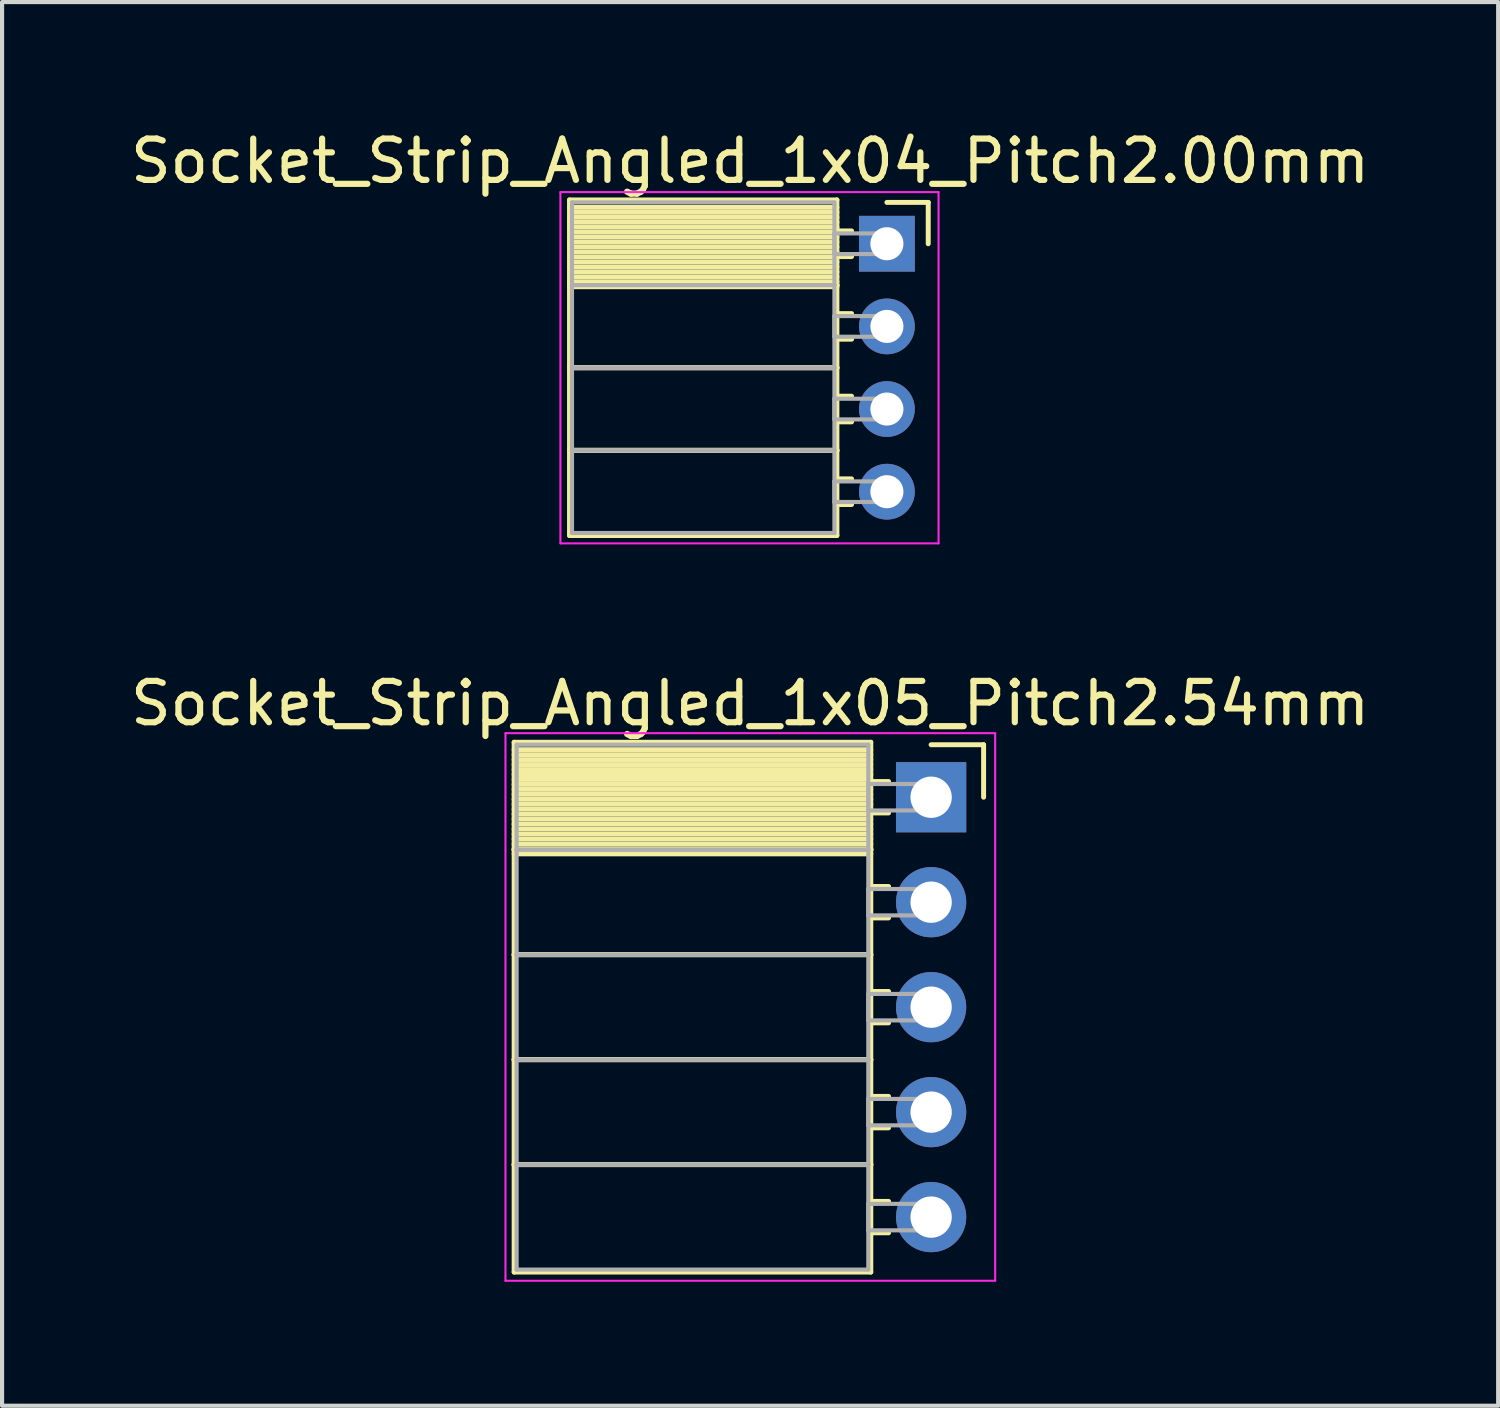
<source format=kicad_pcb>
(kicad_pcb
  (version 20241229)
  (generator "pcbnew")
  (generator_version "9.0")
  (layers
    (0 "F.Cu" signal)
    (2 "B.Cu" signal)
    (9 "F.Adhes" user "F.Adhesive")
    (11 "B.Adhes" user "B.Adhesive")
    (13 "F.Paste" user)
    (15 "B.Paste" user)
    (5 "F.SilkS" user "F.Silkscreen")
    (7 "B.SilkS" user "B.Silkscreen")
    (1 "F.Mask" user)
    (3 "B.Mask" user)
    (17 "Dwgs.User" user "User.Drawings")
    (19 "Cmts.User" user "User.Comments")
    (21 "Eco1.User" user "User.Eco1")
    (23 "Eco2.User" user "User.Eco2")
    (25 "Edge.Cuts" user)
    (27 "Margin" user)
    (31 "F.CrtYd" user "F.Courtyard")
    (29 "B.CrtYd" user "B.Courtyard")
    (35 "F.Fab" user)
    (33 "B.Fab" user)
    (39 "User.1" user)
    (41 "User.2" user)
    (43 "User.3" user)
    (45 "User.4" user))
  (footprint "Socket_Strip_Angled_1x05_Pitch2.54mm"
    (layer "F.Cu")
    (at 19.481 16.241)
    (property "Reference" "Socket_Strip_Angled_1x05_Pitch2.54mm" (at -4.38 -2.27 0) (layer "F.SilkS") (effects (font (size 1 1) (thickness 0.15))))
    (attr through_hole)
    (fp_line (start -10.09 -1.33) (end -1.46 -1.33) (stroke (width 0.12) (type solid)) (layer "F.SilkS"))
    (fp_line (start -10.09 1.27) (end -10.09 -1.33) (stroke (width 0.12) (type solid)) (layer "F.SilkS"))
    (fp_line (start -10.09 1.27) (end -1.46 1.27) (stroke (width 0.12) (type solid)) (layer "F.SilkS"))
    (fp_line (start -10.09 3.81) (end -10.09 1.27) (stroke (width 0.12) (type solid)) (layer "F.SilkS"))
    (fp_line (start -10.09 3.81) (end -1.46 3.81) (stroke (width 0.12) (type solid)) (layer "F.SilkS"))
    (fp_line (start -10.09 6.35) (end -10.09 3.81) (stroke (width 0.12) (type solid)) (layer "F.SilkS"))
    (fp_line (start -10.09 6.35) (end -1.46 6.35) (stroke (width 0.12) (type solid)) (layer "F.SilkS"))
    (fp_line (start -10.09 8.89) (end -10.09 6.35) (stroke (width 0.12) (type solid)) (layer "F.SilkS"))
    (fp_line (start -10.09 8.89) (end -1.46 8.89) (stroke (width 0.12) (type solid)) (layer "F.SilkS"))
    (fp_line (start -10.09 11.49) (end -10.09 8.89) (stroke (width 0.12) (type solid)) (layer "F.SilkS"))
    (fp_line (start -1.46 -1.33) (end -1.46 1.27) (stroke (width 0.12) (type solid)) (layer "F.SilkS"))
    (fp_line (start -1.46 -1.15) (end -10.09 -1.15) (stroke (width 0.12) (type solid)) (layer "F.SilkS"))
    (fp_line (start -1.46 -1.03) (end -10.09 -1.03) (stroke (width 0.12) (type solid)) (layer "F.SilkS"))
    (fp_line (start -1.46 -0.91) (end -10.09 -0.91) (stroke (width 0.12) (type solid)) (layer "F.SilkS"))
    (fp_line (start -1.46 -0.79) (end -10.09 -0.79) (stroke (width 0.12) (type solid)) (layer "F.SilkS"))
    (fp_line (start -1.46 -0.67) (end -10.09 -0.67) (stroke (width 0.12) (type solid)) (layer "F.SilkS"))
    (fp_line (start -1.46 -0.55) (end -10.09 -0.55) (stroke (width 0.12) (type solid)) (layer "F.SilkS"))
    (fp_line (start -1.46 -0.43) (end -10.09 -0.43) (stroke (width 0.12) (type solid)) (layer "F.SilkS"))
    (fp_line (start -1.46 -0.31) (end -10.09 -0.31) (stroke (width 0.12) (type solid)) (layer "F.SilkS"))
    (fp_line (start -1.46 -0.19) (end -10.09 -0.19) (stroke (width 0.12) (type solid)) (layer "F.SilkS"))
    (fp_line (start -1.46 -0.07) (end -10.09 -0.07) (stroke (width 0.12) (type solid)) (layer "F.SilkS"))
    (fp_line (start -1.46 0.05) (end -10.09 0.05) (stroke (width 0.12) (type solid)) (layer "F.SilkS"))
    (fp_line (start -1.46 0.17) (end -10.09 0.17) (stroke (width 0.12) (type solid)) (layer "F.SilkS"))
    (fp_line (start -1.46 0.29) (end -10.09 0.29) (stroke (width 0.12) (type solid)) (layer "F.SilkS"))
    (fp_line (start -1.46 0.41) (end -10.09 0.41) (stroke (width 0.12) (type solid)) (layer "F.SilkS"))
    (fp_line (start -1.46 0.53) (end -10.09 0.53) (stroke (width 0.12) (type solid)) (layer "F.SilkS"))
    (fp_line (start -1.46 0.65) (end -10.09 0.65) (stroke (width 0.12) (type solid)) (layer "F.SilkS"))
    (fp_line (start -1.46 0.77) (end -10.09 0.77) (stroke (width 0.12) (type solid)) (layer "F.SilkS"))
    (fp_line (start -1.46 0.89) (end -10.09 0.89) (stroke (width 0.12) (type solid)) (layer "F.SilkS"))
    (fp_line (start -1.46 1.01) (end -10.09 1.01) (stroke (width 0.12) (type solid)) (layer "F.SilkS"))
    (fp_line (start -1.46 1.13) (end -10.09 1.13) (stroke (width 0.12) (type solid)) (layer "F.SilkS"))
    (fp_line (start -1.46 1.25) (end -10.09 1.25) (stroke (width 0.12) (type solid)) (layer "F.SilkS"))
    (fp_line (start -1.46 1.27) (end -10.09 1.27) (stroke (width 0.12) (type solid)) (layer "F.SilkS"))
    (fp_line (start -1.46 1.27) (end -1.46 3.81) (stroke (width 0.12) (type solid)) (layer "F.SilkS"))
    (fp_line (start -1.46 1.37) (end -10.09 1.37) (stroke (width 0.12) (type solid)) (layer "F.SilkS"))
    (fp_line (start -1.46 3.81) (end -10.09 3.81) (stroke (width 0.12) (type solid)) (layer "F.SilkS"))
    (fp_line (start -1.46 3.81) (end -1.46 6.35) (stroke (width 0.12) (type solid)) (layer "F.SilkS"))
    (fp_line (start -1.46 6.35) (end -10.09 6.35) (stroke (width 0.12) (type solid)) (layer "F.SilkS"))
    (fp_line (start -1.46 6.35) (end -1.46 8.89) (stroke (width 0.12) (type solid)) (layer "F.SilkS"))
    (fp_line (start -1.46 8.89) (end -10.09 8.89) (stroke (width 0.12) (type solid)) (layer "F.SilkS"))
    (fp_line (start -1.46 8.89) (end -1.46 11.49) (stroke (width 0.12) (type solid)) (layer "F.SilkS"))
    (fp_line (start -1.46 11.49) (end -10.09 11.49) (stroke (width 0.12) (type solid)) (layer "F.SilkS"))
    (fp_line (start -1.03 -0.38) (end -1.46 -0.38) (stroke (width 0.12) (type solid)) (layer "F.SilkS"))
    (fp_line (start -1.03 0.38) (end -1.46 0.38) (stroke (width 0.12) (type solid)) (layer "F.SilkS"))
    (fp_line (start -1.03 2.16) (end -1.46 2.16) (stroke (width 0.12) (type solid)) (layer "F.SilkS"))
    (fp_line (start -1.03 2.92) (end -1.46 2.92) (stroke (width 0.12) (type solid)) (layer "F.SilkS"))
    (fp_line (start -1.03 4.7) (end -1.46 4.7) (stroke (width 0.12) (type solid)) (layer "F.SilkS"))
    (fp_line (start -1.03 5.46) (end -1.46 5.46) (stroke (width 0.12) (type solid)) (layer "F.SilkS"))
    (fp_line (start -1.03 7.24) (end -1.46 7.24) (stroke (width 0.12) (type solid)) (layer "F.SilkS"))
    (fp_line (start -1.03 8) (end -1.46 8) (stroke (width 0.12) (type solid)) (layer "F.SilkS"))
    (fp_line (start -1.03 9.78) (end -1.46 9.78) (stroke (width 0.12) (type solid)) (layer "F.SilkS"))
    (fp_line (start -1.03 10.54) (end -1.46 10.54) (stroke (width 0.12) (type solid)) (layer "F.SilkS"))
    (fp_line (start 0 -1.27) (end 1.27 -1.27) (stroke (width 0.12) (type solid)) (layer "F.SilkS"))
    (fp_line (start 1.27 -1.27) (end 1.27 0) (stroke (width 0.12) (type solid)) (layer "F.SilkS"))
    (fp_line (start -10.3 -1.55) (end 1.55 -1.55) (stroke (width 0.05) (type solid)) (layer "F.CrtYd"))
    (fp_line (start -10.3 11.7) (end -10.3 -1.55) (stroke (width 0.05) (type solid)) (layer "F.CrtYd"))
    (fp_line (start 1.55 -1.55) (end 1.55 11.7) (stroke (width 0.05) (type solid)) (layer "F.CrtYd"))
    (fp_line (start 1.55 11.7) (end -10.3 11.7) (stroke (width 0.05) (type solid)) (layer "F.CrtYd"))
    (fp_line (start -10.03 -1.27) (end -1.52 -1.27) (stroke (width 0.1) (type solid)) (layer "F.Fab"))
    (fp_line (start -10.03 1.27) (end -10.03 -1.27) (stroke (width 0.1) (type solid)) (layer "F.Fab"))
    (fp_line (start -10.03 1.27) (end -1.52 1.27) (stroke (width 0.1) (type solid)) (layer "F.Fab"))
    (fp_line (start -10.03 3.81) (end -10.03 1.27) (stroke (width 0.1) (type solid)) (layer "F.Fab"))
    (fp_line (start -10.03 3.81) (end -1.52 3.81) (stroke (width 0.1) (type solid)) (layer "F.Fab"))
    (fp_line (start -10.03 6.35) (end -10.03 3.81) (stroke (width 0.1) (type solid)) (layer "F.Fab"))
    (fp_line (start -10.03 6.35) (end -1.52 6.35) (stroke (width 0.1) (type solid)) (layer "F.Fab"))
    (fp_line (start -10.03 8.89) (end -10.03 6.35) (stroke (width 0.1) (type solid)) (layer "F.Fab"))
    (fp_line (start -10.03 8.89) (end -1.52 8.89) (stroke (width 0.1) (type solid)) (layer "F.Fab"))
    (fp_line (start -10.03 11.43) (end -10.03 8.89) (stroke (width 0.1) (type solid)) (layer "F.Fab"))
    (fp_line (start -1.52 -1.27) (end -1.52 1.27) (stroke (width 0.1) (type solid)) (layer "F.Fab"))
    (fp_line (start -1.52 -0.32) (end 0 -0.32) (stroke (width 0.1) (type solid)) (layer "F.Fab"))
    (fp_line (start -1.52 0.32) (end -1.52 -0.32) (stroke (width 0.1) (type solid)) (layer "F.Fab"))
    (fp_line (start -1.52 1.27) (end -10.03 1.27) (stroke (width 0.1) (type solid)) (layer "F.Fab"))
    (fp_line (start -1.52 1.27) (end -1.52 3.81) (stroke (width 0.1) (type solid)) (layer "F.Fab"))
    (fp_line (start -1.52 2.22) (end 0 2.22) (stroke (width 0.1) (type solid)) (layer "F.Fab"))
    (fp_line (start -1.52 2.86) (end -1.52 2.22) (stroke (width 0.1) (type solid)) (layer "F.Fab"))
    (fp_line (start -1.52 3.81) (end -10.03 3.81) (stroke (width 0.1) (type solid)) (layer "F.Fab"))
    (fp_line (start -1.52 3.81) (end -1.52 6.35) (stroke (width 0.1) (type solid)) (layer "F.Fab"))
    (fp_line (start -1.52 4.76) (end 0 4.76) (stroke (width 0.1) (type solid)) (layer "F.Fab"))
    (fp_line (start -1.52 5.4) (end -1.52 4.76) (stroke (width 0.1) (type solid)) (layer "F.Fab"))
    (fp_line (start -1.52 6.35) (end -10.03 6.35) (stroke (width 0.1) (type solid)) (layer "F.Fab"))
    (fp_line (start -1.52 6.35) (end -1.52 8.89) (stroke (width 0.1) (type solid)) (layer "F.Fab"))
    (fp_line (start -1.52 7.3) (end 0 7.3) (stroke (width 0.1) (type solid)) (layer "F.Fab"))
    (fp_line (start -1.52 7.94) (end -1.52 7.3) (stroke (width 0.1) (type solid)) (layer "F.Fab"))
    (fp_line (start -1.52 8.89) (end -10.03 8.89) (stroke (width 0.1) (type solid)) (layer "F.Fab"))
    (fp_line (start -1.52 8.89) (end -1.52 11.43) (stroke (width 0.1) (type solid)) (layer "F.Fab"))
    (fp_line (start -1.52 9.84) (end 0 9.84) (stroke (width 0.1) (type solid)) (layer "F.Fab"))
    (fp_line (start -1.52 10.48) (end -1.52 9.84) (stroke (width 0.1) (type solid)) (layer "F.Fab"))
    (fp_line (start -1.52 11.43) (end -10.03 11.43) (stroke (width 0.1) (type solid)) (layer "F.Fab"))
    (fp_line (start 0 -0.32) (end 0 0.32) (stroke (width 0.1) (type solid)) (layer "F.Fab"))
    (fp_line (start 0 0.32) (end -1.52 0.32) (stroke (width 0.1) (type solid)) (layer "F.Fab"))
    (fp_line (start 0 2.22) (end 0 2.86) (stroke (width 0.1) (type solid)) (layer "F.Fab"))
    (fp_line (start 0 2.86) (end -1.52 2.86) (stroke (width 0.1) (type solid)) (layer "F.Fab"))
    (fp_line (start 0 4.76) (end 0 5.4) (stroke (width 0.1) (type solid)) (layer "F.Fab"))
    (fp_line (start 0 5.4) (end -1.52 5.4) (stroke (width 0.1) (type solid)) (layer "F.Fab"))
    (fp_line (start 0 7.3) (end 0 7.94) (stroke (width 0.1) (type solid)) (layer "F.Fab"))
    (fp_line (start 0 7.94) (end -1.52 7.94) (stroke (width 0.1) (type solid)) (layer "F.Fab"))
    (fp_line (start 0 9.84) (end 0 10.48) (stroke (width 0.1) (type solid)) (layer "F.Fab"))
    (fp_line (start 0 10.48) (end -1.52 10.48) (stroke (width 0.1) (type solid)) (layer "F.Fab"))
    (pad "1" thru_hole rect (at 0 0) (size 1.7 1.7) (drill 1) (layers "*.Cu" "*.Mask"))
    (pad "2" thru_hole oval (at 0 2.54) (size 1.7 1.7) (drill 1) (layers "*.Cu" "*.Mask"))
    (pad "3" thru_hole oval (at 0 5.08) (size 1.7 1.7) (drill 1) (layers "*.Cu" "*.Mask"))
    (pad "4" thru_hole oval (at 0 7.62) (size 1.7 1.7) (drill 1) (layers "*.Cu" "*.Mask"))
    (pad "5" thru_hole oval (at 0 10.16) (size 1.7 1.7) (drill 1) (layers "*.Cu" "*.Mask")))
  (footprint "Socket_Strip_Angled_1x04_Pitch2.00mm"
    (layer "F.Cu")
    (at 18.411 2.848)
    (property "Reference" "Socket_Strip_Angled_1x04_Pitch2.00mm" (at -3.31 -2 0) (layer "F.SilkS") (effects (font (size 1 1) (thickness 0.15))))
    (attr through_hole)
    (fp_line (start -7.68 -1.06) (end -1.21 -1.06) (stroke (width 0.12) (type solid)) (layer "F.SilkS"))
    (fp_line (start -7.68 1) (end -7.68 -1.06) (stroke (width 0.12) (type solid)) (layer "F.SilkS"))
    (fp_line (start -7.68 1) (end -1.21 1) (stroke (width 0.12) (type solid)) (layer "F.SilkS"))
    (fp_line (start -7.68 3) (end -7.68 1) (stroke (width 0.12) (type solid)) (layer "F.SilkS"))
    (fp_line (start -7.68 3) (end -1.21 3) (stroke (width 0.12) (type solid)) (layer "F.SilkS"))
    (fp_line (start -7.68 5) (end -7.68 3) (stroke (width 0.12) (type solid)) (layer "F.SilkS"))
    (fp_line (start -7.68 5) (end -1.21 5) (stroke (width 0.12) (type solid)) (layer "F.SilkS"))
    (fp_line (start -7.68 7.06) (end -7.68 5) (stroke (width 0.12) (type solid)) (layer "F.SilkS"))
    (fp_line (start -1.21 -1.06) (end -1.21 1) (stroke (width 0.12) (type solid)) (layer "F.SilkS"))
    (fp_line (start -1.21 -0.88) (end -7.68 -0.88) (stroke (width 0.12) (type solid)) (layer "F.SilkS"))
    (fp_line (start -1.21 -0.76) (end -7.68 -0.76) (stroke (width 0.12) (type solid)) (layer "F.SilkS"))
    (fp_line (start -1.21 -0.64) (end -7.68 -0.64) (stroke (width 0.12) (type solid)) (layer "F.SilkS"))
    (fp_line (start -1.21 -0.52) (end -7.68 -0.52) (stroke (width 0.12) (type solid)) (layer "F.SilkS"))
    (fp_line (start -1.21 -0.4) (end -7.68 -0.4) (stroke (width 0.12) (type solid)) (layer "F.SilkS"))
    (fp_line (start -1.21 -0.28) (end -7.68 -0.28) (stroke (width 0.12) (type solid)) (layer "F.SilkS"))
    (fp_line (start -1.21 -0.16) (end -7.68 -0.16) (stroke (width 0.12) (type solid)) (layer "F.SilkS"))
    (fp_line (start -1.21 -0.04) (end -7.68 -0.04) (stroke (width 0.12) (type solid)) (layer "F.SilkS"))
    (fp_line (start -1.21 0.08) (end -7.68 0.08) (stroke (width 0.12) (type solid)) (layer "F.SilkS"))
    (fp_line (start -1.21 0.2) (end -7.68 0.2) (stroke (width 0.12) (type solid)) (layer "F.SilkS"))
    (fp_line (start -1.21 0.32) (end -7.68 0.32) (stroke (width 0.12) (type solid)) (layer "F.SilkS"))
    (fp_line (start -1.21 0.44) (end -7.68 0.44) (stroke (width 0.12) (type solid)) (layer "F.SilkS"))
    (fp_line (start -1.21 0.56) (end -7.68 0.56) (stroke (width 0.12) (type solid)) (layer "F.SilkS"))
    (fp_line (start -1.21 0.68) (end -7.68 0.68) (stroke (width 0.12) (type solid)) (layer "F.SilkS"))
    (fp_line (start -1.21 0.8) (end -7.68 0.8) (stroke (width 0.12) (type solid)) (layer "F.SilkS"))
    (fp_line (start -1.21 0.92) (end -7.68 0.92) (stroke (width 0.12) (type solid)) (layer "F.SilkS"))
    (fp_line (start -1.21 1) (end -7.68 1) (stroke (width 0.12) (type solid)) (layer "F.SilkS"))
    (fp_line (start -1.21 1) (end -1.21 3) (stroke (width 0.12) (type solid)) (layer "F.SilkS"))
    (fp_line (start -1.21 1.04) (end -7.68 1.04) (stroke (width 0.12) (type solid)) (layer "F.SilkS"))
    (fp_line (start -1.21 3) (end -7.68 3) (stroke (width 0.12) (type solid)) (layer "F.SilkS"))
    (fp_line (start -1.21 3) (end -1.21 5) (stroke (width 0.12) (type solid)) (layer "F.SilkS"))
    (fp_line (start -1.21 5) (end -7.68 5) (stroke (width 0.12) (type solid)) (layer "F.SilkS"))
    (fp_line (start -1.21 5) (end -1.21 7.06) (stroke (width 0.12) (type solid)) (layer "F.SilkS"))
    (fp_line (start -1.21 7.06) (end -7.68 7.06) (stroke (width 0.12) (type solid)) (layer "F.SilkS"))
    (fp_line (start -0.855 -0.31) (end -1.21 -0.31) (stroke (width 0.12) (type solid)) (layer "F.SilkS"))
    (fp_line (start -0.855 0.31) (end -1.21 0.31) (stroke (width 0.12) (type solid)) (layer "F.SilkS"))
    (fp_line (start -0.855 1.69) (end -1.21 1.69) (stroke (width 0.12) (type solid)) (layer "F.SilkS"))
    (fp_line (start -0.855 2.31) (end -1.21 2.31) (stroke (width 0.12) (type solid)) (layer "F.SilkS"))
    (fp_line (start -0.855 3.69) (end -1.21 3.69) (stroke (width 0.12) (type solid)) (layer "F.SilkS"))
    (fp_line (start -0.855 4.31) (end -1.21 4.31) (stroke (width 0.12) (type solid)) (layer "F.SilkS"))
    (fp_line (start -0.855 5.69) (end -1.21 5.69) (stroke (width 0.12) (type solid)) (layer "F.SilkS"))
    (fp_line (start -0.855 6.31) (end -1.21 6.31) (stroke (width 0.12) (type solid)) (layer "F.SilkS"))
    (fp_line (start 0 -1) (end 1 -1) (stroke (width 0.12) (type solid)) (layer "F.SilkS"))
    (fp_line (start 1 -1) (end 1 0) (stroke (width 0.12) (type solid)) (layer "F.SilkS"))
    (fp_line (start -7.9 -1.25) (end 1.25 -1.25) (stroke (width 0.05) (type solid)) (layer "F.CrtYd"))
    (fp_line (start -7.9 7.25) (end -7.9 -1.25) (stroke (width 0.05) (type solid)) (layer "F.CrtYd"))
    (fp_line (start 1.25 -1.25) (end 1.25 7.25) (stroke (width 0.05) (type solid)) (layer "F.CrtYd"))
    (fp_line (start 1.25 7.25) (end -7.9 7.25) (stroke (width 0.05) (type solid)) (layer "F.CrtYd"))
    (fp_line (start -7.62 -1) (end -1.27 -1) (stroke (width 0.1) (type solid)) (layer "F.Fab"))
    (fp_line (start -7.62 1) (end -7.62 -1) (stroke (width 0.1) (type solid)) (layer "F.Fab"))
    (fp_line (start -7.62 1) (end -1.27 1) (stroke (width 0.1) (type solid)) (layer "F.Fab"))
    (fp_line (start -7.62 3) (end -7.62 1) (stroke (width 0.1) (type solid)) (layer "F.Fab"))
    (fp_line (start -7.62 3) (end -1.27 3) (stroke (width 0.1) (type solid)) (layer "F.Fab"))
    (fp_line (start -7.62 5) (end -7.62 3) (stroke (width 0.1) (type solid)) (layer "F.Fab"))
    (fp_line (start -7.62 5) (end -1.27 5) (stroke (width 0.1) (type solid)) (layer "F.Fab"))
    (fp_line (start -7.62 7) (end -7.62 5) (stroke (width 0.1) (type solid)) (layer "F.Fab"))
    (fp_line (start -1.27 -1) (end -1.27 1) (stroke (width 0.1) (type solid)) (layer "F.Fab"))
    (fp_line (start -1.27 -0.25) (end 0 -0.25) (stroke (width 0.1) (type solid)) (layer "F.Fab"))
    (fp_line (start -1.27 0.25) (end -1.27 -0.25) (stroke (width 0.1) (type solid)) (layer "F.Fab"))
    (fp_line (start -1.27 1) (end -7.62 1) (stroke (width 0.1) (type solid)) (layer "F.Fab"))
    (fp_line (start -1.27 1) (end -1.27 3) (stroke (width 0.1) (type solid)) (layer "F.Fab"))
    (fp_line (start -1.27 1.75) (end 0 1.75) (stroke (width 0.1) (type solid)) (layer "F.Fab"))
    (fp_line (start -1.27 2.25) (end -1.27 1.75) (stroke (width 0.1) (type solid)) (layer "F.Fab"))
    (fp_line (start -1.27 3) (end -7.62 3) (stroke (width 0.1) (type solid)) (layer "F.Fab"))
    (fp_line (start -1.27 3) (end -1.27 5) (stroke (width 0.1) (type solid)) (layer "F.Fab"))
    (fp_line (start -1.27 3.75) (end 0 3.75) (stroke (width 0.1) (type solid)) (layer "F.Fab"))
    (fp_line (start -1.27 4.25) (end -1.27 3.75) (stroke (width 0.1) (type solid)) (layer "F.Fab"))
    (fp_line (start -1.27 5) (end -7.62 5) (stroke (width 0.1) (type solid)) (layer "F.Fab"))
    (fp_line (start -1.27 5) (end -1.27 7) (stroke (width 0.1) (type solid)) (layer "F.Fab"))
    (fp_line (start -1.27 5.75) (end 0 5.75) (stroke (width 0.1) (type solid)) (layer "F.Fab"))
    (fp_line (start -1.27 6.25) (end -1.27 5.75) (stroke (width 0.1) (type solid)) (layer "F.Fab"))
    (fp_line (start -1.27 7) (end -7.62 7) (stroke (width 0.1) (type solid)) (layer "F.Fab"))
    (fp_line (start 0 -0.25) (end 0 0.25) (stroke (width 0.1) (type solid)) (layer "F.Fab"))
    (fp_line (start 0 0.25) (end -1.27 0.25) (stroke (width 0.1) (type solid)) (layer "F.Fab"))
    (fp_line (start 0 1.75) (end 0 2.25) (stroke (width 0.1) (type solid)) (layer "F.Fab"))
    (fp_line (start 0 2.25) (end -1.27 2.25) (stroke (width 0.1) (type solid)) (layer "F.Fab"))
    (fp_line (start 0 3.75) (end 0 4.25) (stroke (width 0.1) (type solid)) (layer "F.Fab"))
    (fp_line (start 0 4.25) (end -1.27 4.25) (stroke (width 0.1) (type solid)) (layer "F.Fab"))
    (fp_line (start 0 5.75) (end 0 6.25) (stroke (width 0.1) (type solid)) (layer "F.Fab"))
    (fp_line (start 0 6.25) (end -1.27 6.25) (stroke (width 0.1) (type solid)) (layer "F.Fab"))
    (pad "1" thru_hole rect (at 0 0) (size 1.35 1.35) (drill 0.8) (layers "*.Cu" "*.Mask"))
    (pad "2" thru_hole oval (at 0 2) (size 1.35 1.35) (drill 0.8) (layers "*.Cu" "*.Mask"))
    (pad "3" thru_hole oval (at 0 4) (size 1.35 1.35) (drill 0.8) (layers "*.Cu" "*.Mask"))
    (pad "4" thru_hole oval (at 0 6) (size 1.35 1.35) (drill 0.8) (layers "*.Cu" "*.Mask")))
  (gr_rect
    (start -3 -3)
    (end 33.202 30.966)
    (stroke (width 0.1) (type default))
    (fill no)
    (layer "Edge.Cuts")))
</source>
